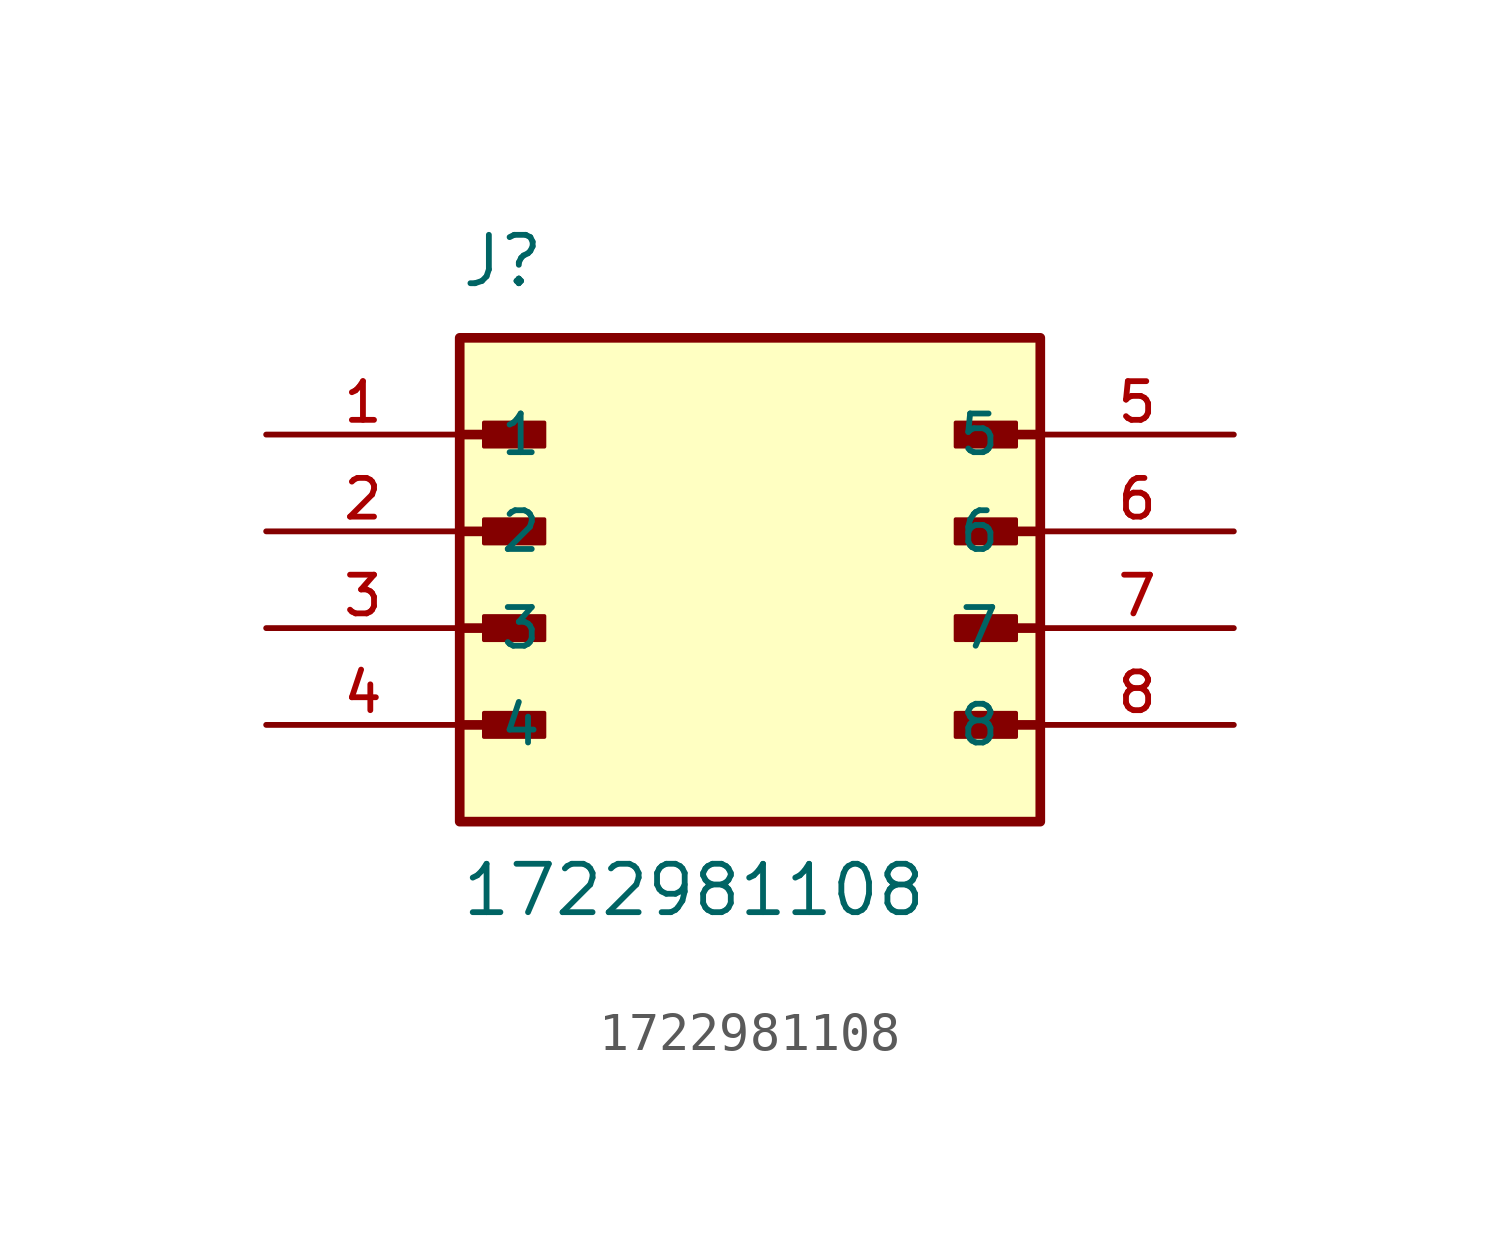
<source format=kicad_sym>
(kicad_symbol_lib
  (version 20211014)
  (generator kicad_symbol_editor)
  (symbol "1722981108"
    (pin_names
      (offset 1.016))
    (property "Reference" "J"
      (at -7.62 6.35 0)
      (effects (font (size 1.27 1.27)) (justify bottom left)))
    (property "Value" "1722981108"
      (at -7.62 -10.16 0)
      (effects (font (size 1.27 1.27)) (justify bottom left)))
    (symbol "1722981108_0_0"
      (polyline (pts (xy -7.62 2.54) (xy -5.715 2.54)) (stroke (width 0.254)))
      (rectangle (start -6.985 2.223) (end -5.397 2.857) (stroke (width 0.1)) (fill (type outline)))
      (polyline (pts (xy -7.62 0.0) (xy -5.715 0.0)) (stroke (width 0.254)))
      (rectangle (start -6.985 -0.318) (end -5.397 0.318) (stroke (width 0.1)) (fill (type outline)))
      (polyline (pts (xy -7.62 -2.54) (xy -5.715 -2.54)) (stroke (width 0.254)))
      (rectangle (start -6.985 -2.857) (end -5.397 -2.223) (stroke (width 0.1)) (fill (type outline)))
      (polyline (pts (xy -7.62 -5.08) (xy -5.715 -5.08)) (stroke (width 0.254)))
      (rectangle (start -6.985 -5.397) (end -5.397 -4.763) (stroke (width 0.1)) (fill (type outline)))
      (polyline (pts (xy 7.62 2.54) (xy 5.715 2.54)) (stroke (width 0.254)))
      (rectangle (start 5.397 2.223) (end 6.985 2.857) (stroke (width 0.1)) (fill (type outline)))
      (polyline (pts (xy 7.62 0.0) (xy 5.715 0.0)) (stroke (width 0.254)))
      (rectangle (start 5.397 -0.318) (end 6.985 0.318) (stroke (width 0.1)) (fill (type outline)))
      (polyline (pts (xy 7.62 -2.54) (xy 5.715 -2.54)) (stroke (width 0.254)))
      (rectangle (start 5.397 -2.857) (end 6.985 -2.223) (stroke (width 0.1)) (fill (type outline)))
      (polyline (pts (xy 7.62 -5.08) (xy 5.715 -5.08)) (stroke (width 0.254)))
      (rectangle (start 5.397 -5.397) (end 6.985 -4.763) (stroke (width 0.1)) (fill (type outline)))
      (rectangle (start -7.62 -7.62) (end 7.62 5.08) (stroke (width 0.254)) (fill (type background)))
      (pin passive line (at -12.7 2.54 0) (length 5.08) (name "1" (effects (font (size 1.016 1.016)))) (number "1" (effects (font (size 1.016 1.016)))))
      (pin passive line (at -12.7 0.0 0) (length 5.08) (name "2" (effects (font (size 1.016 1.016)))) (number "2" (effects (font (size 1.016 1.016)))))
      (pin passive line (at -12.7 -2.54 0) (length 5.08) (name "3" (effects (font (size 1.016 1.016)))) (number "3" (effects (font (size 1.016 1.016)))))
      (pin passive line (at -12.7 -5.08 0) (length 5.08) (name "4" (effects (font (size 1.016 1.016)))) (number "4" (effects (font (size 1.016 1.016)))))
      (pin passive line (at 12.7 2.54 180.0) (length 5.08) (name "5" (effects (font (size 1.016 1.016)))) (number "5" (effects (font (size 1.016 1.016)))))
      (pin passive line (at 12.7 0.0 180.0) (length 5.08) (name "6" (effects (font (size 1.016 1.016)))) (number "6" (effects (font (size 1.016 1.016)))))
      (pin passive line (at 12.7 -2.54 180.0) (length 5.08) (name "7" (effects (font (size 1.016 1.016)))) (number "7" (effects (font (size 1.016 1.016)))))
      (pin passive line (at 12.7 -5.08 180.0) (length 5.08) (name "8" (effects (font (size 1.016 1.016)))) (number "8" (effects (font (size 1.016 1.016))))))))
</source>
